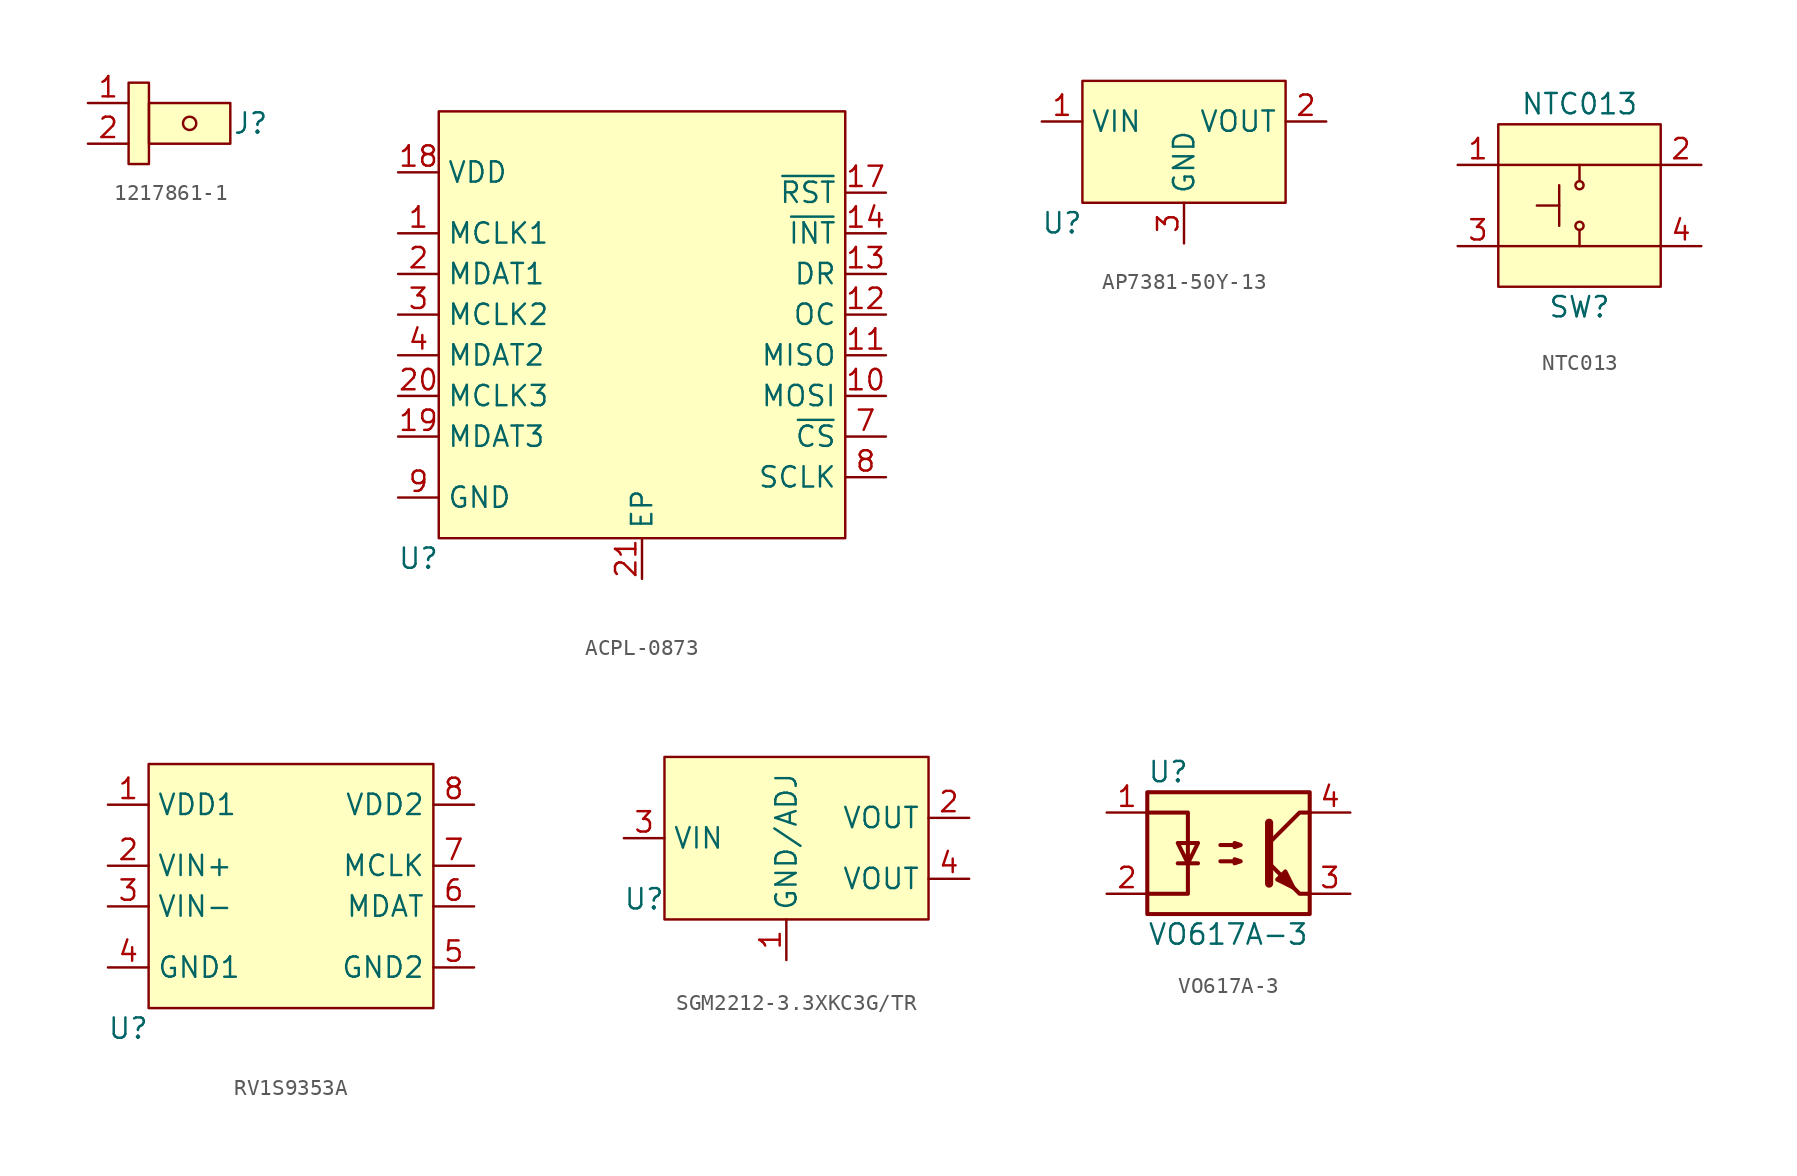
<source format=kicad_sym>
(kicad_symbol_lib
  (version 20220914)
  (generator kicad_symbol_editor)
  (symbol "1217861-1"
    (property "Reference" "J"
      (at 7.62 2.54 0)
      (effects (font (size 1.27 1.27))))
    (property "Value" ""
      (at 0 0 0)
      (effects (font (size 1.27 1.27))))
    (symbol "1217861-1_1_1"
      (rectangle (start 0 5.08) (end 1.27 0) (stroke (width 0) (type default)) (fill (type background)))
      (rectangle (start 1.27 3.81) (end 6.35 1.27) (stroke (width 0) (type default)) (fill (type background)))
      (circle (center 3.81 2.54) (radius 0.413) (stroke (width 0) (type default)) (fill (type none)))
      (pin passive line (at -2.54 3.81 0) (length 2.54) (name "" (effects (font (size 1.27 1.27)))) (number "1" (effects (font (size 1.27 1.27)))))
      (pin passive line (at -2.54 1.27 0) (length 2.54) (name "" (effects (font (size 1.27 1.27)))) (number "2" (effects (font (size 1.27 1.27)))))))
  (symbol "ACPL-0873"
    (property "Reference" "U"
      (at -1.27 -1.27 0)
      (effects (font (size 1.27 1.27))))
    (property "Value" ""
      (at -1.27 -1.27 0)
      (effects (font (size 1.27 1.27))))
    (symbol "ACPL-0873_1_1"
      (rectangle (start 0 26.67) (end 25.4 0) (stroke (width 0) (type default)) (fill (type background)))
      (pin passive line (at -2.54 19.05 0) (length 2.54) (name "MCLK1" (effects (font (size 1.27 1.27)))) (number "1" (effects (font (size 1.27 1.27)))))
      (pin passive line (at 27.94 8.89 180) (length 2.54) (name "MOSI" (effects (font (size 1.27 1.27)))) (number "10" (effects (font (size 1.27 1.27)))))
      (pin passive line (at 27.94 11.43 180) (length 2.54) (name "MISO" (effects (font (size 1.27 1.27)))) (number "11" (effects (font (size 1.27 1.27)))))
      (pin passive line (at 27.94 13.97 180) (length 2.54) (name "OC" (effects (font (size 1.27 1.27)))) (number "12" (effects (font (size 1.27 1.27)))))
      (pin passive line (at 27.94 16.51 180) (length 2.54) (name "DR" (effects (font (size 1.27 1.27)))) (number "13" (effects (font (size 1.27 1.27)))))
      (pin passive line (at 27.94 19.05 180) (length 2.54) (name "~{INT}" (effects (font (size 1.27 1.27)))) (number "14" (effects (font (size 1.27 1.27)))))
      (pin passive line (at 27.94 21.59 180) (length 2.54) (name "~{RST}" (effects (font (size 1.27 1.27)))) (number "17" (effects (font (size 1.27 1.27)))))
      (pin passive line (at -2.54 22.86 0) (length 2.54) (name "VDD" (effects (font (size 1.27 1.27)))) (number "18" (effects (font (size 1.27 1.27)))))
      (pin passive line (at -2.54 6.35 0) (length 2.54) (name "MDAT3" (effects (font (size 1.27 1.27)))) (number "19" (effects (font (size 1.27 1.27)))))
      (pin passive line (at -2.54 16.51 0) (length 2.54) (name "MDAT1" (effects (font (size 1.27 1.27)))) (number "2" (effects (font (size 1.27 1.27)))))
      (pin passive line (at -2.54 8.89 0) (length 2.54) (name "MCLK3" (effects (font (size 1.27 1.27)))) (number "20" (effects (font (size 1.27 1.27)))))
      (pin input line (at 12.7 -2.54 90) (length 2.54) (name "EP" (effects (font (size 1.27 1.27)))) (number "21" (effects (font (size 1.27 1.27)))))
      (pin passive line (at -2.54 13.97 0) (length 2.54) (name "MCLK2" (effects (font (size 1.27 1.27)))) (number "3" (effects (font (size 1.27 1.27)))))
      (pin passive line (at -2.54 11.43 0) (length 2.54) (name "MDAT2" (effects (font (size 1.27 1.27)))) (number "4" (effects (font (size 1.27 1.27)))))
      (pin passive line (at 27.94 6.35 180) (length 2.54) (name "~{CS}" (effects (font (size 1.27 1.27)))) (number "7" (effects (font (size 1.27 1.27)))))
      (pin passive line (at 27.94 3.81 180) (length 2.54) (name "SCLK" (effects (font (size 1.27 1.27)))) (number "8" (effects (font (size 1.27 1.27)))))
      (pin passive line (at -2.54 2.54 0) (length 2.54) (name "GND" (effects (font (size 1.27 1.27)))) (number "9" (effects (font (size 1.27 1.27)))))))
  (symbol "AP7381-50Y-13"
    (property "Reference" "U"
      (at -1.27 -1.27 0)
      (effects (font (size 1.27 1.27))))
    (property "Value" ""
      (at -1.27 -1.27 0)
      (effects (font (size 1.27 1.27))))
    (symbol "AP7381-50Y-13_1_1"
      (rectangle (start 0 7.62) (end 12.7 0) (stroke (width 0) (type default)) (fill (type background)))
      (pin passive line (at -2.54 5.08 0) (length 2.54) (name "VIN" (effects (font (size 1.27 1.27)))) (number "1" (effects (font (size 1.27 1.27)))))
      (pin passive line (at 15.24 5.08 180) (length 2.54) (name "VOUT" (effects (font (size 1.27 1.27)))) (number "2" (effects (font (size 1.27 1.27)))))
      (pin passive line (at 6.35 -2.54 90) (length 2.54) (name "GND" (effects (font (size 1.27 1.27)))) (number "3" (effects (font (size 1.27 1.27)))))))
  (symbol "NTC013"
    (property "Reference" "SW"
      (at 5.08 -1.27 0)
      (effects (font (size 1.27 1.27))))
    (property "Value" "NTC013"
      (at 5.08 11.43 0)
      (effects (font (size 1.27 1.27))))
    (symbol "NTC013_1_1"
      (polyline (pts (xy 0 2.54) (xy 10.16 2.54)) (stroke (width 0) (type default)) (fill (type none)))
      (polyline (pts (xy 3.81 5.08) (xy 2.413 5.08)) (stroke (width 0) (type default)) (fill (type none)))
      (polyline (pts (xy 3.81 6.35) (xy 3.81 3.81)) (stroke (width 0) (type default)) (fill (type none)))
      (polyline (pts (xy 5.08 3.556) (xy 5.08 2.54)) (stroke (width 0) (type default)) (fill (type none)))
      (polyline (pts (xy 5.08 6.604) (xy 5.08 7.62)) (stroke (width 0) (type default)) (fill (type none)))
      (polyline (pts (xy 0 7.62) (xy 10.16 7.62) (xy 10.16 7.62)) (stroke (width 0) (type default)) (fill (type none)))
      (rectangle (start 0 10.16) (end 10.16 0) (stroke (width 0) (type default)) (fill (type background)))
      (circle (center 5.08 3.81) (radius 0.254) (stroke (width 0) (type default)) (fill (type none)))
      (circle (center 5.08 6.35) (radius 0.254) (stroke (width 0) (type default)) (fill (type none)))
      (pin passive line (at -2.54 7.62 0) (length 2.54) (name "" (effects (font (size 1.27 1.27)))) (number "1" (effects (font (size 1.27 1.27)))))
      (pin passive line (at 12.7 7.62 180) (length 2.54) (name "" (effects (font (size 1.27 1.27)))) (number "2" (effects (font (size 1.27 1.27)))))
      (pin passive line (at -2.54 2.54 0) (length 2.54) (name "" (effects (font (size 1.27 1.27)))) (number "3" (effects (font (size 1.27 1.27)))))
      (pin passive line (at 12.7 2.54 180) (length 2.54) (name "" (effects (font (size 1.27 1.27)))) (number "4" (effects (font (size 1.27 1.27)))))))
  (symbol "RV1S9353A"
    (property "Reference" "U"
      (at -1.27 -1.27 0)
      (effects (font (size 1.27 1.27))))
    (property "Value" ""
      (at -1.27 -1.27 0)
      (effects (font (size 1.27 1.27))))
    (symbol "RV1S9353A_1_1"
      (rectangle (start 0 15.24) (end 17.78 0) (stroke (width 0) (type default)) (fill (type background)))
      (pin passive line (at -2.54 12.7 0) (length 2.54) (name "VDD1" (effects (font (size 1.27 1.27)))) (number "1" (effects (font (size 1.27 1.27)))))
      (pin passive line (at -2.54 8.89 0) (length 2.54) (name "VIN+" (effects (font (size 1.27 1.27)))) (number "2" (effects (font (size 1.27 1.27)))))
      (pin passive line (at -2.54 6.35 0) (length 2.54) (name "VIN-" (effects (font (size 1.27 1.27)))) (number "3" (effects (font (size 1.27 1.27)))))
      (pin passive line (at -2.54 2.54 0) (length 2.54) (name "GND1" (effects (font (size 1.27 1.27)))) (number "4" (effects (font (size 1.27 1.27)))))
      (pin passive line (at 20.32 2.54 180) (length 2.54) (name "GND2" (effects (font (size 1.27 1.27)))) (number "5" (effects (font (size 1.27 1.27)))))
      (pin passive line (at 20.32 6.35 180) (length 2.54) (name "MDAT" (effects (font (size 1.27 1.27)))) (number "6" (effects (font (size 1.27 1.27)))))
      (pin passive line (at 20.32 8.89 180) (length 2.54) (name "MCLK" (effects (font (size 1.27 1.27)))) (number "7" (effects (font (size 1.27 1.27)))))
      (pin passive line (at 20.32 12.7 180) (length 2.54) (name "VDD2" (effects (font (size 1.27 1.27)))) (number "8" (effects (font (size 1.27 1.27)))))))
  (symbol "SGM2212-3.3XKC3G/TR"
    (property "Reference" "U"
      (at -1.27 1.27 0)
      (effects (font (size 1.27 1.27))))
    (property "Value" ""
      (at -1.27 1.27 0)
      (effects (font (size 1.27 1.27))))
    (symbol "SGM2212-3.3XKC3G/TR_1_1"
      (rectangle (start 0 10.16) (end 16.51 0) (stroke (width 0) (type default)) (fill (type background)))
      (pin passive line (at 7.62 -2.54 90) (length 2.54) (name "GND/ADJ" (effects (font (size 1.27 1.27)))) (number "1" (effects (font (size 1.27 1.27)))))
      (pin passive line (at 19.05 6.35 180) (length 2.54) (name "VOUT" (effects (font (size 1.27 1.27)))) (number "2" (effects (font (size 1.27 1.27)))))
      (pin passive line (at -2.54 5.08 0) (length 2.54) (name "VIN" (effects (font (size 1.27 1.27)))) (number "3" (effects (font (size 1.27 1.27)))))
      (pin passive line (at 19.05 2.54 180) (length 2.54) (name "VOUT" (effects (font (size 1.27 1.27)))) (number "4" (effects (font (size 1.27 1.27)))))))
  (symbol "VO617A-3"
    (property "Reference" "U"
      (at -5.08 5.08 0)
      (effects (font (size 1.27 1.27)) (justify left)))
    (property "Value" "VO617A-3"
      (at -5.08 -5.08 0)
      (effects (font (size 1.27 1.27)) (justify left)))
    (symbol "VO617A-3_0_1"
      (rectangle (start -5.08 3.81) (end 5.08 -3.81) (stroke (width 0.254) (type default)) (fill (type background)))
      (polyline (pts (xy -3.175 -0.635) (xy -1.905 -0.635)) (stroke (width 0.254) (type default)) (fill (type none)))
      (polyline (pts (xy 2.54 1.905) (xy 2.54 -1.905) (xy 2.54 -1.905)) (stroke (width 0.508) (type default)) (fill (type none)))
      (polyline (pts (xy 5.08 -2.54) (xy 4.445 -2.54) (xy 2.54 -0.635)) (stroke (width 0.254) (type default)) (fill (type none)))
      (polyline (pts (xy 5.08 2.54) (xy 4.445 2.54) (xy 2.54 0.635)) (stroke (width 0.254) (type default)) (fill (type none)))
      (polyline (pts (xy -5.08 -2.54) (xy -2.54 -2.54) (xy -2.54 2.54) (xy -5.08 2.54)) (stroke (width 0.254) (type default)) (fill (type none)))
      (polyline (pts (xy -2.54 -0.635) (xy -3.175 0.635) (xy -1.905 0.635) (xy -2.54 -0.635)) (stroke (width 0.254) (type default)) (fill (type none)))
      (polyline (pts (xy -0.508 -0.508) (xy 0.762 -0.508) (xy 0.381 -0.635) (xy 0.381 -0.381) (xy 0.762 -0.508)) (stroke (width 0.254) (type default)) (fill (type none)))
      (polyline (pts (xy -0.508 0.508) (xy 0.762 0.508) (xy 0.381 0.381) (xy 0.381 0.635) (xy 0.762 0.508)) (stroke (width 0.254) (type default)) (fill (type none)))
      (polyline (pts (xy 3.048 -1.651) (xy 3.556 -1.143) (xy 4.064 -2.159) (xy 3.048 -1.651) (xy 3.048 -1.651)) (stroke (width 0.254) (type default)) (fill (type outline))))
    (symbol "VO617A-3_1_1"
      (pin passive line (at -7.62 2.54 0) (length 2.54) (name "~" (effects (font (size 1.27 1.27)))) (number "1" (effects (font (size 1.27 1.27)))))
      (pin passive line (at -7.62 -2.54 0) (length 2.54) (name "~" (effects (font (size 1.27 1.27)))) (number "2" (effects (font (size 1.27 1.27)))))
      (pin passive line (at 7.62 -2.54 180) (length 2.54) (name "~" (effects (font (size 1.27 1.27)))) (number "3" (effects (font (size 1.27 1.27)))))
      (pin passive line (at 7.62 2.54 180) (length 2.54) (name "~" (effects (font (size 1.27 1.27)))) (number "4" (effects (font (size 1.27 1.27))))))))
</source>
